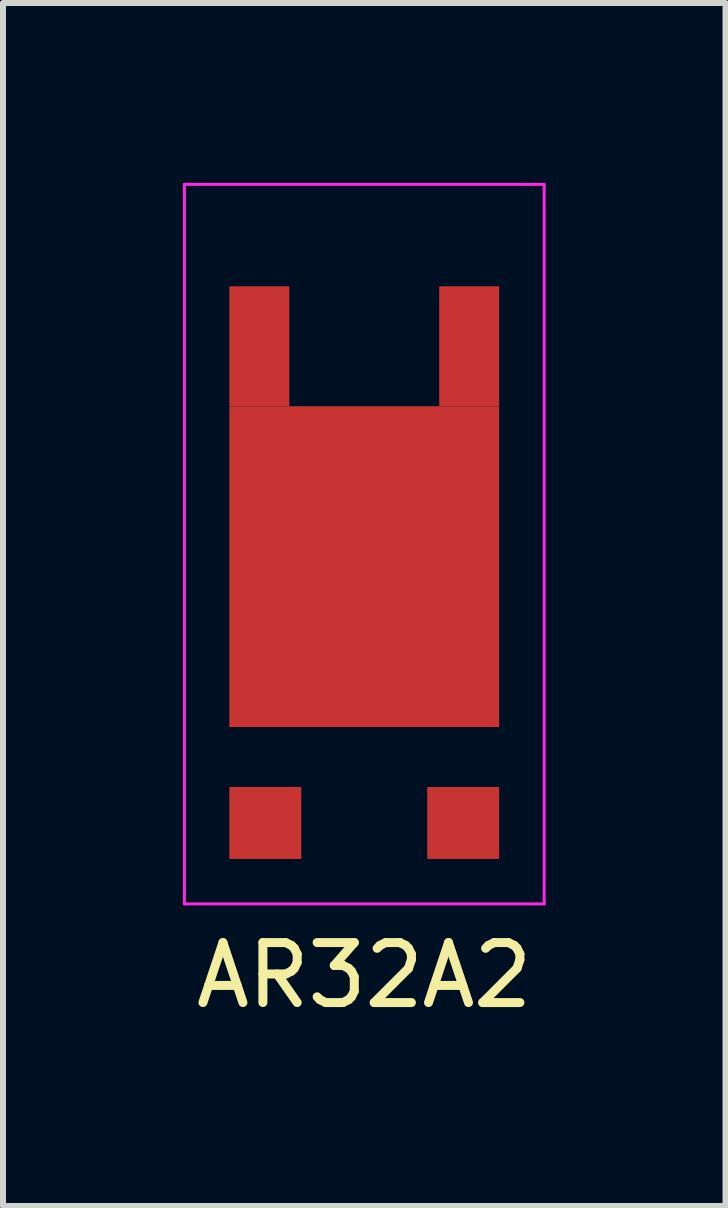
<source format=kicad_pcb>
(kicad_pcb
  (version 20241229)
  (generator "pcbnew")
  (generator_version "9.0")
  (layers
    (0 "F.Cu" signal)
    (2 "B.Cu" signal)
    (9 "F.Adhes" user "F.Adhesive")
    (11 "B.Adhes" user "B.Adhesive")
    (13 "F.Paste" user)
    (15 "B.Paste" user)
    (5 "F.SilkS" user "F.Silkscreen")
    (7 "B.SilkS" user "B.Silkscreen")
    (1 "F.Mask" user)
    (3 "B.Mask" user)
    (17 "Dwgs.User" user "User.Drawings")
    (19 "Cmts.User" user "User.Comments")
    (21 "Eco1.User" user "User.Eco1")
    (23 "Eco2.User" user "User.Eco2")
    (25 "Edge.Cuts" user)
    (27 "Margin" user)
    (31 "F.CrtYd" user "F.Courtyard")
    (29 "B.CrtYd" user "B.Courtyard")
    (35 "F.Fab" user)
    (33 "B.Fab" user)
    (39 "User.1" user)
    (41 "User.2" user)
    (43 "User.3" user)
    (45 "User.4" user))
  (footprint "AR32A2"
    (layer "F.Cu")
    (at 3.025 10.675)
    (property "Reference" "AR32A2" (at 0 2.54 0) (layer "F.SilkS") (effects (font (size 1 1) (thickness 0.15))))
    (attr through_hole)
    (fp_line (start -3 -10.65) (end 3 -10.65) (stroke (width 0.05) (type solid)) (layer "F.CrtYd"))
    (fp_line (start -3 1.35) (end -3 -10.65) (stroke (width 0.05) (type solid)) (layer "F.CrtYd"))
    (fp_line (start 3 -10.65) (end 3 1.35) (stroke (width 0.05) (type solid)) (layer "F.CrtYd"))
    (fp_line (start 3 1.35) (end -3 1.35) (stroke (width 0.05) (type solid)) (layer "F.CrtYd"))
    (pad "" smd rect (at -1.75 -7.95) (size 1 2) (layers "F.Cu" "F.Mask" "F.Paste"))
    (pad "" smd rect (at 0 -4.275) (size 4.5 5.35) (layers "F.Cu" "F.Mask" "F.Paste"))
    (pad "" smd rect (at 1.75 -7.95) (size 1 2) (layers "F.Cu" "F.Mask" "F.Paste"))
    (pad "1" smd rect (at -1.65 0) (size 1.2 1.2) (layers "F.Cu" "F.Mask" "F.Paste"))
    (pad "2" smd rect (at 1.65 0) (size 1.2 1.2) (layers "F.Cu" "F.Mask" "F.Paste")))
  (gr_rect
    (start -3 -3)
    (end 9.05 17.063)
    (stroke (width 0.1) (type default))
    (fill no)
    (layer "Edge.Cuts")))
</source>
